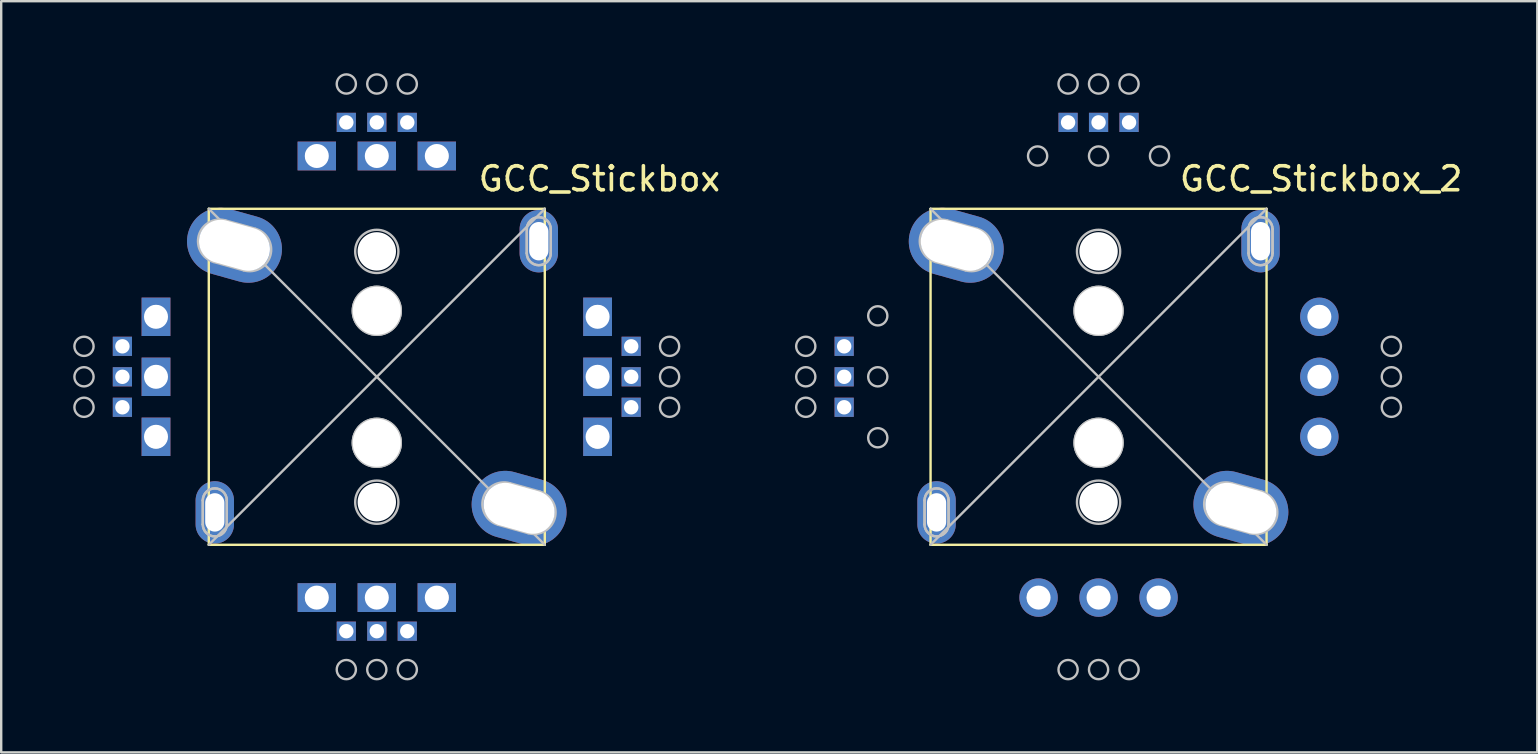
<source format=kicad_pcb>
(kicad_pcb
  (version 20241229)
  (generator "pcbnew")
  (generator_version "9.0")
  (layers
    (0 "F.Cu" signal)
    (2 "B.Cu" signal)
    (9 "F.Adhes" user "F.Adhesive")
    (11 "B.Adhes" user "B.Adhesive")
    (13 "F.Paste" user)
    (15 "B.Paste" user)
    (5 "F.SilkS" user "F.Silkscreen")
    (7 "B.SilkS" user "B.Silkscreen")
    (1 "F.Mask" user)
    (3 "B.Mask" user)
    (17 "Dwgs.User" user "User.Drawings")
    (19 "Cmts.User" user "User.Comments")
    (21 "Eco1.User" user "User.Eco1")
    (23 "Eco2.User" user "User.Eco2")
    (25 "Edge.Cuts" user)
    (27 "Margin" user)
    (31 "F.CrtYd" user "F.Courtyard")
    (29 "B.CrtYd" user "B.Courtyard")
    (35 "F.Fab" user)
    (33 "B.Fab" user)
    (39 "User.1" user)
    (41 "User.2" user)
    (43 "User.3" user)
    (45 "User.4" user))
  (footprint "GCC_Stickbox"
    (layer "F.Cu")
    (at 12.65 12.65)
    (property "Reference" "GCC_Stickbox" (at 9.275 -8.25 0) (layer "F.SilkS") (effects (font (size 1 1) (thickness 0.15))))
    (attr through_hole)
    (fp_line (start -7 -7) (end -7 7) (stroke (width 0.1) (type solid)) (layer "F.SilkS"))
    (fp_line (start -7 -7) (end 7 -7) (stroke (width 0.1) (type solid)) (layer "F.SilkS"))
    (fp_line (start -7 7) (end 7 7) (stroke (width 0.1) (type solid)) (layer "F.SilkS"))
    (fp_line (start 7 -7) (end 7 7) (stroke (width 0.1) (type solid)) (layer "F.SilkS"))
    (fp_line (start -7.25 5.15) (end -7.25 6.15) (stroke (width 0.1) (type solid)) (layer "Dwgs.User"))
    (fp_line (start -7.25 5.15) (end -7.25 6.15) (stroke (width 0.1) (type solid)) (layer "Dwgs.User"))
    (fp_line (start -7 -7) (end 7 7) (stroke (width 0.1) (type solid)) (layer "Dwgs.User"))
    (fp_line (start -6.793 -4.783) (end -5.543 -4.433) (stroke (width 0.1) (type solid)) (layer "Dwgs.User"))
    (fp_line (start -6.25 5.15) (end -6.25 6.15) (stroke (width 0.1) (type solid)) (layer "Dwgs.User"))
    (fp_line (start -6.25 6.15) (end -6.25 5.15) (stroke (width 0.1) (type solid)) (layer "Dwgs.User"))
    (fp_line (start -5.057 -6.167) (end -6.307 -6.517) (stroke (width 0.1) (type solid)) (layer "Dwgs.User"))
    (fp_line (start 5.057 6.167) (end 6.307 6.517) (stroke (width 0.1) (type solid)) (layer "Dwgs.User"))
    (fp_line (start 6.25 -6.15) (end 6.25 -5.15) (stroke (width 0.1) (type solid)) (layer "Dwgs.User"))
    (fp_line (start 6.25 -6.15) (end 6.25 -5.15) (stroke (width 0.1) (type solid)) (layer "Dwgs.User"))
    (fp_line (start 6.793 4.783) (end 5.543 4.433) (stroke (width 0.1) (type solid)) (layer "Dwgs.User"))
    (fp_line (start 7 -7) (end -7 7) (stroke (width 0.1) (type solid)) (layer "Dwgs.User"))
    (fp_line (start 7.25 -6.15) (end 7.25 -5.15) (stroke (width 0.1) (type solid)) (layer "Dwgs.User"))
    (fp_line (start 7.25 -5.15) (end 7.25 -6.15) (stroke (width 0.1) (type solid)) (layer "Dwgs.User"))
    (fp_arc (start -7.25 5.15) (mid -6.75 4.65) (end -6.25 5.15) (stroke (width 0.1) (type solid)) (layer "Dwgs.User"))
    (fp_arc (start -7.25 5.15) (mid -6.75 4.65) (end -6.25 5.15) (stroke (width 0.1) (type solid)) (layer "Dwgs.User"))
    (fp_arc (start -6.792666 -4.783332) (mid -7.416668 -5.892666) (end -6.307334 -6.516668) (stroke (width 0.1) (type solid)) (layer "Dwgs.User"))
    (fp_arc (start -6.25 6.15) (mid -6.75 6.65) (end -7.25 6.15) (stroke (width 0.1) (type solid)) (layer "Dwgs.User"))
    (fp_arc (start -6.25 6.15) (mid -6.75 6.65) (end -7.25 6.15) (stroke (width 0.1) (type solid)) (layer "Dwgs.User"))
    (fp_arc (start -5.057333 -6.166667) (mid -4.433333 -5.057333) (end -5.542667 -4.433333) (stroke (width 0.1) (type solid)) (layer "Dwgs.User"))
    (fp_arc (start 5.057334 6.166668) (mid 4.433332 5.057334) (end 5.542666 4.433332) (stroke (width 0.1) (type solid)) (layer "Dwgs.User"))
    (fp_arc (start 6.25 -6.15) (mid 6.75 -6.65) (end 7.25 -6.15) (stroke (width 0.1) (type solid)) (layer "Dwgs.User"))
    (fp_arc (start 6.25 -6.15) (mid 6.75 -6.65) (end 7.25 -6.15) (stroke (width 0.1) (type solid)) (layer "Dwgs.User"))
    (fp_arc (start 6.792667 4.783333) (mid 7.416667 5.892667) (end 6.307333 6.516667) (stroke (width 0.1) (type solid)) (layer "Dwgs.User"))
    (fp_arc (start 7.25 -5.15) (mid 6.75 -4.65) (end 6.25 -5.15) (stroke (width 0.1) (type solid)) (layer "Dwgs.User"))
    (fp_arc (start 7.25 -5.15) (mid 6.75 -4.65) (end 6.25 -5.15) (stroke (width 0.1) (type solid)) (layer "Dwgs.User"))
    (fp_circle (center -12.2 -1.27) (end -11.8 -1.27) (stroke (width 0.1) (type solid)) (fill no) (layer "Dwgs.User"))
    (fp_circle (center -12.2 0) (end -11.8 0) (stroke (width 0.1) (type solid)) (fill no) (layer "Dwgs.User"))
    (fp_circle (center -12.2 1.27) (end -11.8 1.27) (stroke (width 0.1) (type solid)) (fill no) (layer "Dwgs.User"))
    (fp_circle (center -9.2 -2.54) (end -8.8 -2.54) (stroke (width 0.1) (type solid)) (fill no) (layer "Dwgs.User"))
    (fp_circle (center -9.2 0) (end -8.8 0) (stroke (width 0.1) (type solid)) (fill no) (layer "Dwgs.User"))
    (fp_circle (center -9.2 2.54) (end -8.8 2.54) (stroke (width 0.1) (type solid)) (fill no) (layer "Dwgs.User"))
    (fp_circle (center -2.54 -9.2) (end -2.14 -9.2) (stroke (width 0.1) (type solid)) (fill no) (layer "Dwgs.User"))
    (fp_circle (center -2.54 9.2) (end -2.14 9.2) (stroke (width 0.1) (type solid)) (fill no) (layer "Dwgs.User"))
    (fp_circle (center -2.54 9.2) (end -2.14 9.2) (stroke (width 0.1) (type solid)) (fill no) (layer "Dwgs.User"))
    (fp_circle (center -1.27 -12.2) (end -0.87 -12.2) (stroke (width 0.1) (type solid)) (fill no) (layer "Dwgs.User"))
    (fp_circle (center -1.27 12.2) (end -0.87 12.2) (stroke (width 0.1) (type solid)) (fill no) (layer "Dwgs.User"))
    (fp_circle (center 0 -12.2) (end 0.4 -12.2) (stroke (width 0.1) (type solid)) (fill no) (layer "Dwgs.User"))
    (fp_circle (center 0 -9.2) (end 0.4 -9.2) (stroke (width 0.1) (type solid)) (fill no) (layer "Dwgs.User"))
    (fp_circle (center 0 -5.225) (end 0.9 -5.225) (stroke (width 0.1) (type solid)) (fill no) (layer "Dwgs.User"))
    (fp_circle (center 0 -2.75) (end 1 -2.75) (stroke (width 0.1) (type solid)) (fill no) (layer "Dwgs.User"))
    (fp_circle (center 0 -2.75) (end 1 -2.75) (stroke (width 0.1) (type solid)) (fill no) (layer "Dwgs.User"))
    (fp_circle (center 0 2.75) (end 1 2.75) (stroke (width 0.1) (type solid)) (fill no) (layer "Dwgs.User"))
    (fp_circle (center 0 2.75) (end 1 2.75) (stroke (width 0.1) (type solid)) (fill no) (layer "Dwgs.User"))
    (fp_circle (center 0 5.225) (end 0.9 5.225) (stroke (width 0.1) (type solid)) (fill no) (layer "Dwgs.User"))
    (fp_circle (center 0 9.2) (end 0.4 9.2) (stroke (width 0.1) (type solid)) (fill no) (layer "Dwgs.User"))
    (fp_circle (center 0 9.2) (end 0.4 9.2) (stroke (width 0.1) (type solid)) (fill no) (layer "Dwgs.User"))
    (fp_circle (center 0 12.2) (end 0.4 12.2) (stroke (width 0.1) (type solid)) (fill no) (layer "Dwgs.User"))
    (fp_circle (center 1.27 -12.2) (end 1.67 -12.2) (stroke (width 0.1) (type solid)) (fill no) (layer "Dwgs.User"))
    (fp_circle (center 1.27 12.2) (end 1.67 12.2) (stroke (width 0.1) (type solid)) (fill no) (layer "Dwgs.User"))
    (fp_circle (center 2.54 -9.2) (end 2.94 -9.2) (stroke (width 0.1) (type solid)) (fill no) (layer "Dwgs.User"))
    (fp_circle (center 2.54 9.2) (end 2.94 9.2) (stroke (width 0.1) (type solid)) (fill no) (layer "Dwgs.User"))
    (fp_circle (center 2.54 9.2) (end 2.94 9.2) (stroke (width 0.1) (type solid)) (fill no) (layer "Dwgs.User"))
    (fp_circle (center 9.2 -2.54) (end 9.6 -2.54) (stroke (width 0.1) (type solid)) (fill no) (layer "Dwgs.User"))
    (fp_circle (center 9.2 -2.54) (end 9.6 -2.54) (stroke (width 0.1) (type solid)) (fill no) (layer "Dwgs.User"))
    (fp_circle (center 9.2 0) (end 9.6 0) (stroke (width 0.1) (type solid)) (fill no) (layer "Dwgs.User"))
    (fp_circle (center 9.2 0) (end 9.6 0) (stroke (width 0.1) (type solid)) (fill no) (layer "Dwgs.User"))
    (fp_circle (center 9.2 2.54) (end 9.6 2.54) (stroke (width 0.1) (type solid)) (fill no) (layer "Dwgs.User"))
    (fp_circle (center 9.2 2.54) (end 9.6 2.54) (stroke (width 0.1) (type solid)) (fill no) (layer "Dwgs.User"))
    (fp_circle (center 12.2 -1.27) (end 12.6 -1.27) (stroke (width 0.1) (type solid)) (fill no) (layer "Dwgs.User"))
    (fp_circle (center 12.2 0) (end 12.6 0) (stroke (width 0.1) (type solid)) (fill no) (layer "Dwgs.User"))
    (fp_circle (center 12.2 1.27) (end 12.6 1.27) (stroke (width 0.1) (type solid)) (fill no) (layer "Dwgs.User"))
    (pad "" thru_hole oval (at -6.75 5.65) (size 1.6 2.6) (drill oval 0.8 1.6) (layers "*.Cu" "*.Mask"))
    (pad "" thru_hole oval (at -5.93 -5.48 74.4) (size 2.8 4) (drill oval 1.8 3) (layers "*.Cu" "*.Mask"))
    (pad "" np_thru_hole circle (at 0 -5.225) (size 1.6 1.6) (drill 1.6) (layers "*.Cu" "*.Mask"))
    (pad "" np_thru_hole circle (at 0 -2.75) (size 2 2) (drill 2) (layers "*.Cu" "*.Mask"))
    (pad "" np_thru_hole circle (at 0 2.75) (size 2 2) (drill 2) (layers "*.Cu" "*.Mask"))
    (pad "" np_thru_hole circle (at 0 5.225) (size 1.6 1.6) (drill 1.6) (layers "*.Cu" "*.Mask"))
    (pad "" thru_hole oval (at 5.93 5.48 74.4) (size 2.8 4) (drill oval 1.8 3) (layers "*.Cu" "*.Mask"))
    (pad "" thru_hole oval (at 6.75 -5.65) (size 1.6 2.6) (drill oval 0.8 1.6) (layers "*.Cu" "*.Mask"))
    (pad "1" thru_hole trapezoid (at 1.27 -10.6) (size 0.8 0.8) (drill 0.6) (layers "*.Cu" "*.Mask"))
    (pad "2" thru_hole trapezoid (at 0 -10.6) (size 0.8 0.8) (drill 0.6) (layers "*.Cu" "*.Mask"))
    (pad "3" thru_hole trapezoid (at -1.27 -10.6) (size 0.8 0.8) (drill 0.6) (layers "*.Cu" "*.Mask"))
    (pad "4" thru_hole trapezoid (at -10.6 -1.27) (size 0.8 0.8) (drill 0.6) (layers "*.Cu" "*.Mask"))
    (pad "5" thru_hole trapezoid (at -10.6 0) (size 0.8 0.8) (drill 0.6) (layers "*.Cu" "*.Mask"))
    (pad "6" thru_hole trapezoid (at -10.6 1.27) (size 0.8 0.8) (drill 0.6) (layers "*.Cu" "*.Mask"))
    (pad "7" thru_hole trapezoid (at -1.27 10.6) (size 0.8 0.8) (drill 0.6) (layers "*.Cu" "*.Mask"))
    (pad "8" thru_hole trapezoid (at 0 10.6) (size 0.8 0.8) (drill 0.6) (layers "*.Cu" "*.Mask"))
    (pad "9" thru_hole trapezoid (at 1.27 10.6) (size 0.8 0.8) (drill 0.6) (layers "*.Cu" "*.Mask"))
    (pad "10" thru_hole trapezoid (at 10.6 1.27) (size 0.8 0.8) (drill 0.6) (layers "*.Cu" "*.Mask"))
    (pad "11" thru_hole trapezoid (at 10.6 0 270) (size 0.8 0.8) (drill 0.6) (layers "*.Cu" "*.Mask"))
    (pad "12" thru_hole trapezoid (at 10.6 -1.27 270) (size 0.8 0.8) (drill 0.6) (layers "*.Cu" "*.Mask"))
    (pad "13" thru_hole trapezoid (at -2.5 9.2) (size 1.6 1.2) (drill 1) (layers "*.Cu" "*.Mask"))
    (pad "14" thru_hole trapezoid (at 0 9.2) (size 1.6 1.2) (drill 1) (layers "*.Cu" "*.Mask"))
    (pad "15" thru_hole trapezoid (at 2.5 9.2) (size 1.6 1.2) (drill 1) (layers "*.Cu" "*.Mask"))
    (pad "16" thru_hole trapezoid (at 9.2 2.5 270) (size 1.6 1.2) (drill 1) (layers "*.Cu" "*.Mask"))
    (pad "17" thru_hole trapezoid (at 9.2 0 270) (size 1.6 1.2) (drill 1) (layers "*.Cu" "*.Mask"))
    (pad "18" thru_hole trapezoid (at 9.2 -2.5 270) (size 1.6 1.2) (drill 1) (layers "*.Cu" "*.Mask"))
    (pad "19" thru_hole trapezoid (at 2.5 -9.2 270) (size 1.2 1.6) (drill 1) (layers "*.Cu" "*.Mask"))
    (pad "20" thru_hole trapezoid (at 0 -9.2 270) (size 1.2 1.6) (drill 1) (layers "*.Cu" "*.Mask"))
    (pad "21" thru_hole trapezoid (at -2.5 -9.2 270) (size 1.2 1.6) (drill 1) (layers "*.Cu" "*.Mask"))
    (pad "22" thru_hole trapezoid (at -9.2 -2.5) (size 1.2 1.6) (drill 1) (layers "*.Cu" "*.Mask"))
    (pad "23" thru_hole trapezoid (at -9.2 0) (size 1.2 1.6) (drill 1) (layers "*.Cu" "*.Mask"))
    (pad "24" thru_hole trapezoid (at -9.2 2.5) (size 1.2 1.6) (drill 1) (layers "*.Cu" "*.Mask")))
  (footprint "GCC_Stickbox_2"
    (layer "F.Cu")
    (at 42.724 12.65)
    (property "Reference" "GCC_Stickbox_2" (at 9.275 -8.25 0) (layer "F.SilkS") (effects (font (size 1 1) (thickness 0.15))))
    (attr through_hole)
    (fp_line (start -7 -7) (end -7 7) (stroke (width 0.1) (type solid)) (layer "F.SilkS"))
    (fp_line (start -7 -7) (end 7 -7) (stroke (width 0.1) (type solid)) (layer "F.SilkS"))
    (fp_line (start -7 7) (end 7 7) (stroke (width 0.1) (type solid)) (layer "F.SilkS"))
    (fp_line (start 7 -7) (end 7 7) (stroke (width 0.1) (type solid)) (layer "F.SilkS"))
    (fp_line (start -7.25 5.15) (end -7.25 6.15) (stroke (width 0.1) (type solid)) (layer "Dwgs.User"))
    (fp_line (start -7.25 5.15) (end -7.25 6.15) (stroke (width 0.1) (type solid)) (layer "Dwgs.User"))
    (fp_line (start -7 -7) (end 7 7) (stroke (width 0.1) (type solid)) (layer "Dwgs.User"))
    (fp_line (start -6.793 -4.783) (end -5.543 -4.433) (stroke (width 0.1) (type solid)) (layer "Dwgs.User"))
    (fp_line (start -6.25 5.15) (end -6.25 6.15) (stroke (width 0.1) (type solid)) (layer "Dwgs.User"))
    (fp_line (start -6.25 6.15) (end -6.25 5.15) (stroke (width 0.1) (type solid)) (layer "Dwgs.User"))
    (fp_line (start -5.057 -6.167) (end -6.307 -6.517) (stroke (width 0.1) (type solid)) (layer "Dwgs.User"))
    (fp_line (start 5.057 6.167) (end 6.307 6.517) (stroke (width 0.1) (type solid)) (layer "Dwgs.User"))
    (fp_line (start 6.25 -6.15) (end 6.25 -5.15) (stroke (width 0.1) (type solid)) (layer "Dwgs.User"))
    (fp_line (start 6.25 -6.15) (end 6.25 -5.15) (stroke (width 0.1) (type solid)) (layer "Dwgs.User"))
    (fp_line (start 6.793 4.783) (end 5.543 4.433) (stroke (width 0.1) (type solid)) (layer "Dwgs.User"))
    (fp_line (start 7 -7) (end -7 7) (stroke (width 0.1) (type solid)) (layer "Dwgs.User"))
    (fp_line (start 7.25 -6.15) (end 7.25 -5.15) (stroke (width 0.1) (type solid)) (layer "Dwgs.User"))
    (fp_line (start 7.25 -5.15) (end 7.25 -6.15) (stroke (width 0.1) (type solid)) (layer "Dwgs.User"))
    (fp_arc (start -7.25 5.15) (mid -6.75 4.65) (end -6.25 5.15) (stroke (width 0.1) (type solid)) (layer "Dwgs.User"))
    (fp_arc (start -7.25 5.15) (mid -6.75 4.65) (end -6.25 5.15) (stroke (width 0.1) (type solid)) (layer "Dwgs.User"))
    (fp_arc (start -6.792666 -4.783332) (mid -7.416668 -5.892666) (end -6.307334 -6.516668) (stroke (width 0.1) (type solid)) (layer "Dwgs.User"))
    (fp_arc (start -6.25 6.15) (mid -6.75 6.65) (end -7.25 6.15) (stroke (width 0.1) (type solid)) (layer "Dwgs.User"))
    (fp_arc (start -6.25 6.15) (mid -6.75 6.65) (end -7.25 6.15) (stroke (width 0.1) (type solid)) (layer "Dwgs.User"))
    (fp_arc (start -5.057333 -6.166667) (mid -4.433333 -5.057333) (end -5.542667 -4.433333) (stroke (width 0.1) (type solid)) (layer "Dwgs.User"))
    (fp_arc (start 5.057334 6.166668) (mid 4.433332 5.057334) (end 5.542666 4.433332) (stroke (width 0.1) (type solid)) (layer "Dwgs.User"))
    (fp_arc (start 6.25 -6.15) (mid 6.75 -6.65) (end 7.25 -6.15) (stroke (width 0.1) (type solid)) (layer "Dwgs.User"))
    (fp_arc (start 6.25 -6.15) (mid 6.75 -6.65) (end 7.25 -6.15) (stroke (width 0.1) (type solid)) (layer "Dwgs.User"))
    (fp_arc (start 6.792667 4.783333) (mid 7.416667 5.892667) (end 6.307333 6.516667) (stroke (width 0.1) (type solid)) (layer "Dwgs.User"))
    (fp_arc (start 7.25 -5.15) (mid 6.75 -4.65) (end 6.25 -5.15) (stroke (width 0.1) (type solid)) (layer "Dwgs.User"))
    (fp_arc (start 7.25 -5.15) (mid 6.75 -4.65) (end 6.25 -5.15) (stroke (width 0.1) (type solid)) (layer "Dwgs.User"))
    (fp_circle (center -12.2 -1.27) (end -11.8 -1.27) (stroke (width 0.1) (type solid)) (fill no) (layer "Dwgs.User"))
    (fp_circle (center -12.2 0) (end -11.8 0) (stroke (width 0.1) (type solid)) (fill no) (layer "Dwgs.User"))
    (fp_circle (center -12.2 1.27) (end -11.8 1.27) (stroke (width 0.1) (type solid)) (fill no) (layer "Dwgs.User"))
    (fp_circle (center -9.2 -2.54) (end -8.8 -2.54) (stroke (width 0.1) (type solid)) (fill no) (layer "Dwgs.User"))
    (fp_circle (center -9.2 0) (end -8.8 0) (stroke (width 0.1) (type solid)) (fill no) (layer "Dwgs.User"))
    (fp_circle (center -9.2 2.54) (end -8.8 2.54) (stroke (width 0.1) (type solid)) (fill no) (layer "Dwgs.User"))
    (fp_circle (center -2.54 -9.2) (end -2.14 -9.2) (stroke (width 0.1) (type solid)) (fill no) (layer "Dwgs.User"))
    (fp_circle (center -2.54 9.2) (end -2.14 9.2) (stroke (width 0.1) (type solid)) (fill no) (layer "Dwgs.User"))
    (fp_circle (center -2.54 9.2) (end -2.14 9.2) (stroke (width 0.1) (type solid)) (fill no) (layer "Dwgs.User"))
    (fp_circle (center -1.27 -12.2) (end -0.87 -12.2) (stroke (width 0.1) (type solid)) (fill no) (layer "Dwgs.User"))
    (fp_circle (center -1.27 12.2) (end -0.87 12.2) (stroke (width 0.1) (type solid)) (fill no) (layer "Dwgs.User"))
    (fp_circle (center 0 -12.2) (end 0.4 -12.2) (stroke (width 0.1) (type solid)) (fill no) (layer "Dwgs.User"))
    (fp_circle (center 0 -9.2) (end 0.4 -9.2) (stroke (width 0.1) (type solid)) (fill no) (layer "Dwgs.User"))
    (fp_circle (center 0 -5.225) (end 0.9 -5.225) (stroke (width 0.1) (type solid)) (fill no) (layer "Dwgs.User"))
    (fp_circle (center 0 -2.75) (end 1 -2.75) (stroke (width 0.1) (type solid)) (fill no) (layer "Dwgs.User"))
    (fp_circle (center 0 -2.75) (end 1 -2.75) (stroke (width 0.1) (type solid)) (fill no) (layer "Dwgs.User"))
    (fp_circle (center 0 2.75) (end 1 2.75) (stroke (width 0.1) (type solid)) (fill no) (layer "Dwgs.User"))
    (fp_circle (center 0 2.75) (end 1 2.75) (stroke (width 0.1) (type solid)) (fill no) (layer "Dwgs.User"))
    (fp_circle (center 0 5.225) (end 0.9 5.225) (stroke (width 0.1) (type solid)) (fill no) (layer "Dwgs.User"))
    (fp_circle (center 0 9.2) (end 0.4 9.2) (stroke (width 0.1) (type solid)) (fill no) (layer "Dwgs.User"))
    (fp_circle (center 0 9.2) (end 0.4 9.2) (stroke (width 0.1) (type solid)) (fill no) (layer "Dwgs.User"))
    (fp_circle (center 0 12.2) (end 0.4 12.2) (stroke (width 0.1) (type solid)) (fill no) (layer "Dwgs.User"))
    (fp_circle (center 1.27 -12.2) (end 1.67 -12.2) (stroke (width 0.1) (type solid)) (fill no) (layer "Dwgs.User"))
    (fp_circle (center 1.27 12.2) (end 1.67 12.2) (stroke (width 0.1) (type solid)) (fill no) (layer "Dwgs.User"))
    (fp_circle (center 2.54 -9.2) (end 2.94 -9.2) (stroke (width 0.1) (type solid)) (fill no) (layer "Dwgs.User"))
    (fp_circle (center 2.54 9.2) (end 2.94 9.2) (stroke (width 0.1) (type solid)) (fill no) (layer "Dwgs.User"))
    (fp_circle (center 2.54 9.2) (end 2.94 9.2) (stroke (width 0.1) (type solid)) (fill no) (layer "Dwgs.User"))
    (fp_circle (center 9.2 -2.54) (end 9.6 -2.54) (stroke (width 0.1) (type solid)) (fill no) (layer "Dwgs.User"))
    (fp_circle (center 9.2 -2.54) (end 9.6 -2.54) (stroke (width 0.1) (type solid)) (fill no) (layer "Dwgs.User"))
    (fp_circle (center 9.2 0) (end 9.6 0) (stroke (width 0.1) (type solid)) (fill no) (layer "Dwgs.User"))
    (fp_circle (center 9.2 0) (end 9.6 0) (stroke (width 0.1) (type solid)) (fill no) (layer "Dwgs.User"))
    (fp_circle (center 9.2 2.54) (end 9.6 2.54) (stroke (width 0.1) (type solid)) (fill no) (layer "Dwgs.User"))
    (fp_circle (center 9.2 2.54) (end 9.6 2.54) (stroke (width 0.1) (type solid)) (fill no) (layer "Dwgs.User"))
    (fp_circle (center 12.2 -1.27) (end 12.6 -1.27) (stroke (width 0.1) (type solid)) (fill no) (layer "Dwgs.User"))
    (fp_circle (center 12.2 0) (end 12.6 0) (stroke (width 0.1) (type solid)) (fill no) (layer "Dwgs.User"))
    (fp_circle (center 12.2 1.27) (end 12.6 1.27) (stroke (width 0.1) (type solid)) (fill no) (layer "Dwgs.User"))
    (pad "" thru_hole oval (at -6.75 5.65) (size 1.6 2.6) (drill oval 0.8 1.6) (layers "*.Cu" "*.Mask"))
    (pad "" thru_hole oval (at -5.93 -5.48 74.4) (size 2.8 4) (drill oval 1.8 3) (layers "*.Cu" "*.Mask"))
    (pad "" np_thru_hole circle (at 0 -5.225) (size 1.6 1.6) (drill 1.6) (layers "*.Cu" "*.Mask"))
    (pad "" np_thru_hole circle (at 0 -2.75) (size 2 2) (drill 2) (layers "*.Cu" "*.Mask"))
    (pad "" np_thru_hole circle (at 0 2.75) (size 2 2) (drill 2) (layers "*.Cu" "*.Mask"))
    (pad "" np_thru_hole circle (at 0 5.225) (size 1.6 1.6) (drill 1.6) (layers "*.Cu" "*.Mask"))
    (pad "" thru_hole oval (at 5.93 5.48 74.4) (size 2.8 4) (drill oval 1.8 3) (layers "*.Cu" "*.Mask"))
    (pad "" thru_hole oval (at 6.75 -5.65) (size 1.6 2.6) (drill oval 0.8 1.6) (layers "*.Cu" "*.Mask"))
    (pad "1" thru_hole trapezoid (at 1.27 -10.6) (size 0.8 0.8) (drill 0.6) (layers "*.Cu" "*.Mask"))
    (pad "2" thru_hole trapezoid (at 0 -10.6) (size 0.8 0.8) (drill 0.6) (layers "*.Cu" "*.Mask"))
    (pad "3" thru_hole trapezoid (at -1.27 -10.6) (size 0.8 0.8) (drill 0.6) (layers "*.Cu" "*.Mask"))
    (pad "4" thru_hole trapezoid (at -10.6 -1.27) (size 0.8 0.8) (drill 0.6) (layers "*.Cu" "*.Mask"))
    (pad "5" thru_hole trapezoid (at -10.6 0) (size 0.8 0.8) (drill 0.6) (layers "*.Cu" "*.Mask"))
    (pad "6" thru_hole trapezoid (at -10.6 1.27) (size 0.8 0.8) (drill 0.6) (layers "*.Cu" "*.Mask"))
    (pad "13" thru_hole circle (at -2.5 9.2) (size 1.6 1.6) (drill 1) (layers "*.Cu" "*.Mask"))
    (pad "14" thru_hole circle (at 0 9.2) (size 1.6 1.6) (drill 1) (layers "*.Cu" "*.Mask"))
    (pad "15" thru_hole circle (at 2.5 9.2) (size 1.6 1.6) (drill 1) (layers "*.Cu" "*.Mask"))
    (pad "16" thru_hole circle (at 9.2 2.5 270) (size 1.6 1.6) (drill 1) (layers "*.Cu" "*.Mask"))
    (pad "17" thru_hole circle (at 9.2 0 270) (size 1.6 1.6) (drill 1) (layers "*.Cu" "*.Mask"))
    (pad "18" thru_hole circle (at 9.2 -2.5 270) (size 1.6 1.6) (drill 1) (layers "*.Cu" "*.Mask")))
  (gr_rect
    (start -3 -3)
    (end 61.005 28.3)
    (stroke (width 0.1) (type default))
    (fill no)
    (layer "Edge.Cuts")))
</source>
